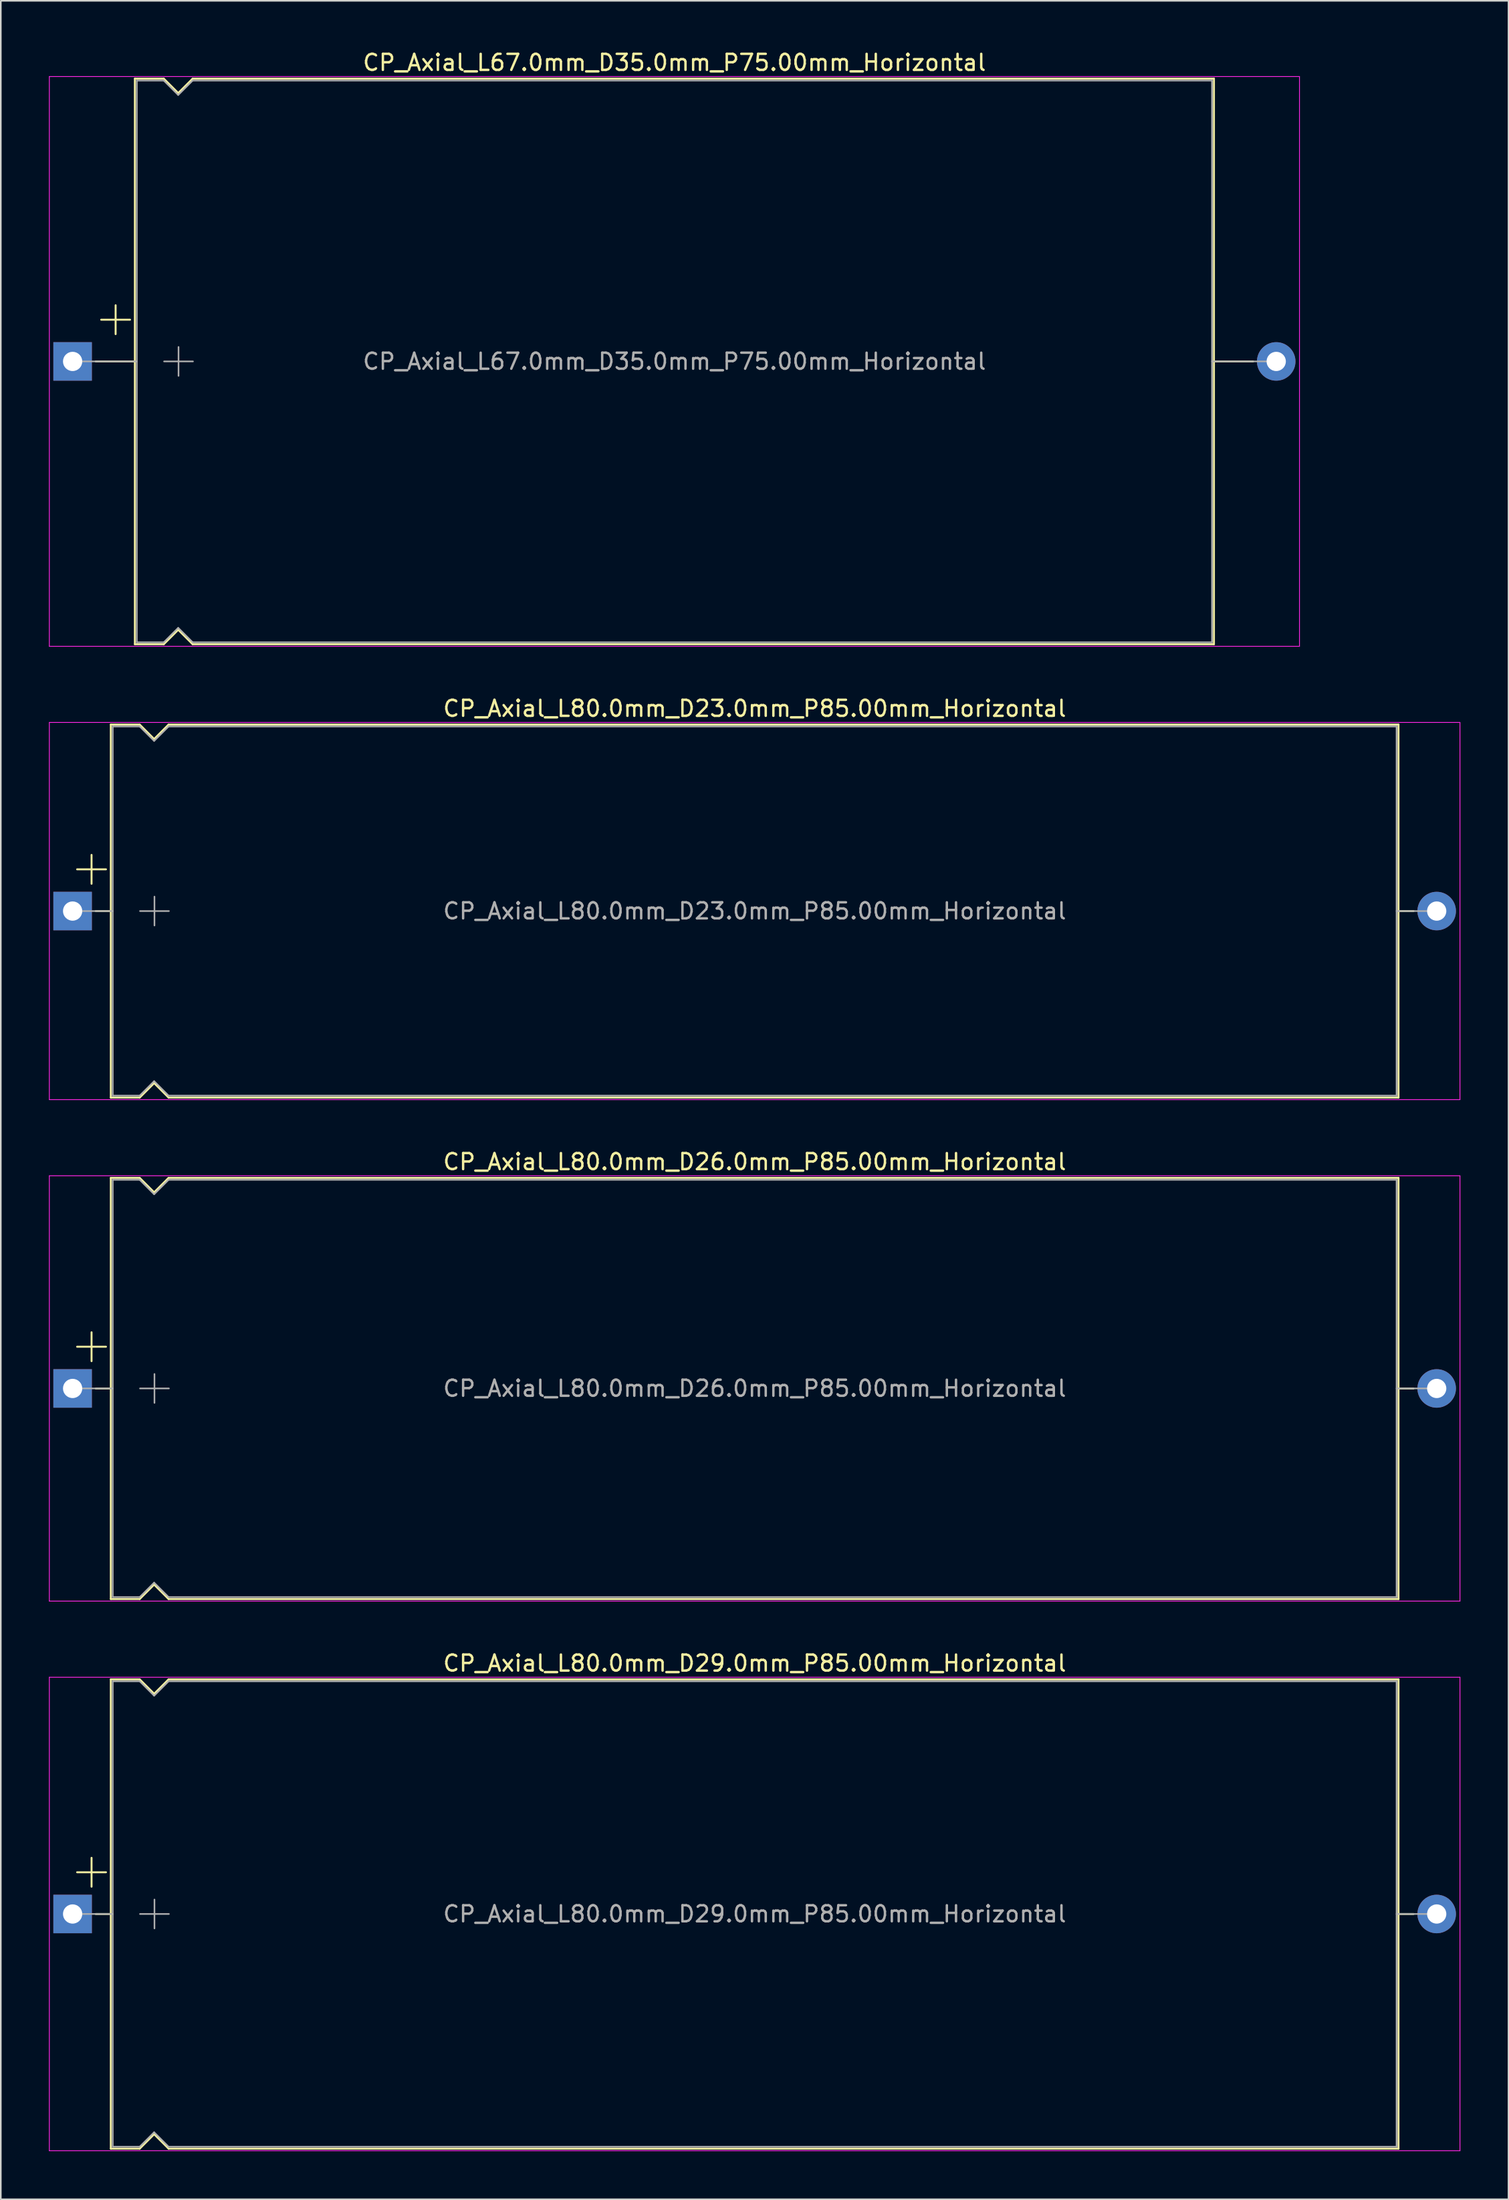
<source format=kicad_pcb>
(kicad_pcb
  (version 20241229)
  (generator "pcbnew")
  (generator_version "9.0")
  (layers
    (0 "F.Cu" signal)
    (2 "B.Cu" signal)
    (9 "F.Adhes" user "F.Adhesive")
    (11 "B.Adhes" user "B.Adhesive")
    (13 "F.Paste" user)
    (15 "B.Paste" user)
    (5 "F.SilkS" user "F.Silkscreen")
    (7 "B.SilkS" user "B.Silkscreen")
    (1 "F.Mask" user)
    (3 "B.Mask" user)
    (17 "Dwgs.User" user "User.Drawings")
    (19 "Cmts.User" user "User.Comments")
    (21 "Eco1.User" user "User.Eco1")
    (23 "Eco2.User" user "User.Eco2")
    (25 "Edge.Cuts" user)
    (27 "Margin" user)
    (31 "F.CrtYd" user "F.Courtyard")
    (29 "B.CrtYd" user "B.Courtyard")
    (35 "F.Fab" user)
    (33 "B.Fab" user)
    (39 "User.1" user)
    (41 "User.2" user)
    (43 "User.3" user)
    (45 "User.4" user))
  (footprint "CP_Axial_L80.0mm_D29.0mm_P85.00mm_Horizontal"
    (layer "F.Cu")
    (at 1.475 116.198)
    (property "Reference" "CP_Axial_L80.0mm_D29.0mm_P85.00mm_Horizontal" (at 42.5 -15.62 0) (layer "F.SilkS") (effects (font (size 1 1) (thickness 0.15))))
    (attr through_hole)
    (fp_line (start 0.28 -2.6) (end 2.08 -2.6) (stroke (width 0.12) (type solid)) (layer "F.SilkS"))
    (fp_line (start 1.18 -3.5) (end 1.18 -1.7) (stroke (width 0.12) (type solid)) (layer "F.SilkS"))
    (fp_line (start 1.44 0) (end 2.38 0) (stroke (width 0.12) (type solid)) (layer "F.SilkS"))
    (fp_line (start 2.38 -14.62) (end 2.38 14.62) (stroke (width 0.12) (type solid)) (layer "F.SilkS"))
    (fp_line (start 2.38 -14.62) (end 4.18 -14.62) (stroke (width 0.12) (type solid)) (layer "F.SilkS"))
    (fp_line (start 2.38 14.62) (end 4.18 14.62) (stroke (width 0.12) (type solid)) (layer "F.SilkS"))
    (fp_line (start 4.18 -14.62) (end 5.08 -13.72) (stroke (width 0.12) (type solid)) (layer "F.SilkS"))
    (fp_line (start 4.18 14.62) (end 5.08 13.72) (stroke (width 0.12) (type solid)) (layer "F.SilkS"))
    (fp_line (start 5.08 -13.72) (end 5.98 -14.62) (stroke (width 0.12) (type solid)) (layer "F.SilkS"))
    (fp_line (start 5.08 13.72) (end 5.98 14.62) (stroke (width 0.12) (type solid)) (layer "F.SilkS"))
    (fp_line (start 5.98 -14.62) (end 82.62 -14.62) (stroke (width 0.12) (type solid)) (layer "F.SilkS"))
    (fp_line (start 5.98 14.62) (end 82.62 14.62) (stroke (width 0.12) (type solid)) (layer "F.SilkS"))
    (fp_line (start 82.62 -14.62) (end 82.62 14.62) (stroke (width 0.12) (type solid)) (layer "F.SilkS"))
    (fp_line (start 83.56 0) (end 82.62 0) (stroke (width 0.12) (type solid)) (layer "F.SilkS"))
    (fp_line (start -1.45 -14.75) (end -1.45 14.75) (stroke (width 0.05) (type solid)) (layer "F.CrtYd"))
    (fp_line (start -1.45 14.75) (end 86.45 14.75) (stroke (width 0.05) (type solid)) (layer "F.CrtYd"))
    (fp_line (start 86.45 -14.75) (end -1.45 -14.75) (stroke (width 0.05) (type solid)) (layer "F.CrtYd"))
    (fp_line (start 86.45 14.75) (end 86.45 -14.75) (stroke (width 0.05) (type solid)) (layer "F.CrtYd"))
    (fp_line (start 0 0) (end 2.5 0) (stroke (width 0.1) (type solid)) (layer "F.Fab"))
    (fp_line (start 2.5 -14.5) (end 2.5 14.5) (stroke (width 0.1) (type solid)) (layer "F.Fab"))
    (fp_line (start 2.5 -14.5) (end 4.18 -14.5) (stroke (width 0.1) (type solid)) (layer "F.Fab"))
    (fp_line (start 2.5 14.5) (end 4.18 14.5) (stroke (width 0.1) (type solid)) (layer "F.Fab"))
    (fp_line (start 4.18 -14.5) (end 5.08 -13.6) (stroke (width 0.1) (type solid)) (layer "F.Fab"))
    (fp_line (start 4.18 14.5) (end 5.08 13.6) (stroke (width 0.1) (type solid)) (layer "F.Fab"))
    (fp_line (start 4.2 0) (end 6 0) (stroke (width 0.1) (type solid)) (layer "F.Fab"))
    (fp_line (start 5.08 -13.6) (end 5.98 -14.5) (stroke (width 0.1) (type solid)) (layer "F.Fab"))
    (fp_line (start 5.08 13.6) (end 5.98 14.5) (stroke (width 0.1) (type solid)) (layer "F.Fab"))
    (fp_line (start 5.1 -0.9) (end 5.1 0.9) (stroke (width 0.1) (type solid)) (layer "F.Fab"))
    (fp_line (start 5.98 -14.5) (end 82.5 -14.5) (stroke (width 0.1) (type solid)) (layer "F.Fab"))
    (fp_line (start 5.98 14.5) (end 82.5 14.5) (stroke (width 0.1) (type solid)) (layer "F.Fab"))
    (fp_line (start 82.5 -14.5) (end 82.5 14.5) (stroke (width 0.1) (type solid)) (layer "F.Fab"))
    (fp_line (start 85 0) (end 82.5 0) (stroke (width 0.1) (type solid)) (layer "F.Fab"))
    (fp_text user "${REFERENCE}" (at 42.5 0 0) (layer "F.Fab") (effects (font (size 1 1) (thickness 0.15))))
    (pad "1" thru_hole rect (at 0 0) (size 2.4 2.4) (drill 1.2) (layers "*.Cu" "*.Mask"))
    (pad "2" thru_hole oval (at 85 0) (size 2.4 2.4) (drill 1.2) (layers "*.Cu" "*.Mask")))
  (footprint "CP_Axial_L80.0mm_D26.0mm_P85.00mm_Horizontal"
    (layer "F.Cu")
    (at 1.475 83.455)
    (property "Reference" "CP_Axial_L80.0mm_D26.0mm_P85.00mm_Horizontal" (at 42.5 -14.12 0) (layer "F.SilkS") (effects (font (size 1 1) (thickness 0.15))))
    (attr through_hole)
    (fp_line (start 0.28 -2.6) (end 2.08 -2.6) (stroke (width 0.12) (type solid)) (layer "F.SilkS"))
    (fp_line (start 1.18 -3.5) (end 1.18 -1.7) (stroke (width 0.12) (type solid)) (layer "F.SilkS"))
    (fp_line (start 1.44 0) (end 2.38 0) (stroke (width 0.12) (type solid)) (layer "F.SilkS"))
    (fp_line (start 2.38 -13.12) (end 2.38 13.12) (stroke (width 0.12) (type solid)) (layer "F.SilkS"))
    (fp_line (start 2.38 -13.12) (end 4.18 -13.12) (stroke (width 0.12) (type solid)) (layer "F.SilkS"))
    (fp_line (start 2.38 13.12) (end 4.18 13.12) (stroke (width 0.12) (type solid)) (layer "F.SilkS"))
    (fp_line (start 4.18 -13.12) (end 5.08 -12.22) (stroke (width 0.12) (type solid)) (layer "F.SilkS"))
    (fp_line (start 4.18 13.12) (end 5.08 12.22) (stroke (width 0.12) (type solid)) (layer "F.SilkS"))
    (fp_line (start 5.08 -12.22) (end 5.98 -13.12) (stroke (width 0.12) (type solid)) (layer "F.SilkS"))
    (fp_line (start 5.08 12.22) (end 5.98 13.12) (stroke (width 0.12) (type solid)) (layer "F.SilkS"))
    (fp_line (start 5.98 -13.12) (end 82.62 -13.12) (stroke (width 0.12) (type solid)) (layer "F.SilkS"))
    (fp_line (start 5.98 13.12) (end 82.62 13.12) (stroke (width 0.12) (type solid)) (layer "F.SilkS"))
    (fp_line (start 82.62 -13.12) (end 82.62 13.12) (stroke (width 0.12) (type solid)) (layer "F.SilkS"))
    (fp_line (start 83.56 0) (end 82.62 0) (stroke (width 0.12) (type solid)) (layer "F.SilkS"))
    (fp_line (start -1.45 -13.25) (end -1.45 13.25) (stroke (width 0.05) (type solid)) (layer "F.CrtYd"))
    (fp_line (start -1.45 13.25) (end 86.45 13.25) (stroke (width 0.05) (type solid)) (layer "F.CrtYd"))
    (fp_line (start 86.45 -13.25) (end -1.45 -13.25) (stroke (width 0.05) (type solid)) (layer "F.CrtYd"))
    (fp_line (start 86.45 13.25) (end 86.45 -13.25) (stroke (width 0.05) (type solid)) (layer "F.CrtYd"))
    (fp_line (start 0 0) (end 2.5 0) (stroke (width 0.1) (type solid)) (layer "F.Fab"))
    (fp_line (start 2.5 -13) (end 2.5 13) (stroke (width 0.1) (type solid)) (layer "F.Fab"))
    (fp_line (start 2.5 -13) (end 4.18 -13) (stroke (width 0.1) (type solid)) (layer "F.Fab"))
    (fp_line (start 2.5 13) (end 4.18 13) (stroke (width 0.1) (type solid)) (layer "F.Fab"))
    (fp_line (start 4.18 -13) (end 5.08 -12.1) (stroke (width 0.1) (type solid)) (layer "F.Fab"))
    (fp_line (start 4.18 13) (end 5.08 12.1) (stroke (width 0.1) (type solid)) (layer "F.Fab"))
    (fp_line (start 4.2 0) (end 6 0) (stroke (width 0.1) (type solid)) (layer "F.Fab"))
    (fp_line (start 5.08 -12.1) (end 5.98 -13) (stroke (width 0.1) (type solid)) (layer "F.Fab"))
    (fp_line (start 5.08 12.1) (end 5.98 13) (stroke (width 0.1) (type solid)) (layer "F.Fab"))
    (fp_line (start 5.1 -0.9) (end 5.1 0.9) (stroke (width 0.1) (type solid)) (layer "F.Fab"))
    (fp_line (start 5.98 -13) (end 82.5 -13) (stroke (width 0.1) (type solid)) (layer "F.Fab"))
    (fp_line (start 5.98 13) (end 82.5 13) (stroke (width 0.1) (type solid)) (layer "F.Fab"))
    (fp_line (start 82.5 -13) (end 82.5 13) (stroke (width 0.1) (type solid)) (layer "F.Fab"))
    (fp_line (start 85 0) (end 82.5 0) (stroke (width 0.1) (type solid)) (layer "F.Fab"))
    (fp_text user "${REFERENCE}" (at 42.5 0 0) (layer "F.Fab") (effects (font (size 1 1) (thickness 0.15))))
    (pad "1" thru_hole rect (at 0 0) (size 2.4 2.4) (drill 1.2) (layers "*.Cu" "*.Mask"))
    (pad "2" thru_hole oval (at 85 0) (size 2.4 2.4) (drill 1.2) (layers "*.Cu" "*.Mask")))
  (footprint "CP_Axial_L80.0mm_D23.0mm_P85.00mm_Horizontal"
    (layer "F.Cu")
    (at 1.475 53.712)
    (property "Reference" "CP_Axial_L80.0mm_D23.0mm_P85.00mm_Horizontal" (at 42.5 -12.62 0) (layer "F.SilkS") (effects (font (size 1 1) (thickness 0.15))))
    (attr through_hole)
    (fp_line (start 0.28 -2.6) (end 2.08 -2.6) (stroke (width 0.12) (type solid)) (layer "F.SilkS"))
    (fp_line (start 1.18 -3.5) (end 1.18 -1.7) (stroke (width 0.12) (type solid)) (layer "F.SilkS"))
    (fp_line (start 1.44 0) (end 2.38 0) (stroke (width 0.12) (type solid)) (layer "F.SilkS"))
    (fp_line (start 2.38 -11.62) (end 2.38 11.62) (stroke (width 0.12) (type solid)) (layer "F.SilkS"))
    (fp_line (start 2.38 -11.62) (end 4.18 -11.62) (stroke (width 0.12) (type solid)) (layer "F.SilkS"))
    (fp_line (start 2.38 11.62) (end 4.18 11.62) (stroke (width 0.12) (type solid)) (layer "F.SilkS"))
    (fp_line (start 4.18 -11.62) (end 5.08 -10.72) (stroke (width 0.12) (type solid)) (layer "F.SilkS"))
    (fp_line (start 4.18 11.62) (end 5.08 10.72) (stroke (width 0.12) (type solid)) (layer "F.SilkS"))
    (fp_line (start 5.08 -10.72) (end 5.98 -11.62) (stroke (width 0.12) (type solid)) (layer "F.SilkS"))
    (fp_line (start 5.08 10.72) (end 5.98 11.62) (stroke (width 0.12) (type solid)) (layer "F.SilkS"))
    (fp_line (start 5.98 -11.62) (end 82.62 -11.62) (stroke (width 0.12) (type solid)) (layer "F.SilkS"))
    (fp_line (start 5.98 11.62) (end 82.62 11.62) (stroke (width 0.12) (type solid)) (layer "F.SilkS"))
    (fp_line (start 82.62 -11.62) (end 82.62 11.62) (stroke (width 0.12) (type solid)) (layer "F.SilkS"))
    (fp_line (start 83.56 0) (end 82.62 0) (stroke (width 0.12) (type solid)) (layer "F.SilkS"))
    (fp_line (start -1.45 -11.75) (end -1.45 11.75) (stroke (width 0.05) (type solid)) (layer "F.CrtYd"))
    (fp_line (start -1.45 11.75) (end 86.45 11.75) (stroke (width 0.05) (type solid)) (layer "F.CrtYd"))
    (fp_line (start 86.45 -11.75) (end -1.45 -11.75) (stroke (width 0.05) (type solid)) (layer "F.CrtYd"))
    (fp_line (start 86.45 11.75) (end 86.45 -11.75) (stroke (width 0.05) (type solid)) (layer "F.CrtYd"))
    (fp_line (start 0 0) (end 2.5 0) (stroke (width 0.1) (type solid)) (layer "F.Fab"))
    (fp_line (start 2.5 -11.5) (end 2.5 11.5) (stroke (width 0.1) (type solid)) (layer "F.Fab"))
    (fp_line (start 2.5 -11.5) (end 4.18 -11.5) (stroke (width 0.1) (type solid)) (layer "F.Fab"))
    (fp_line (start 2.5 11.5) (end 4.18 11.5) (stroke (width 0.1) (type solid)) (layer "F.Fab"))
    (fp_line (start 4.18 -11.5) (end 5.08 -10.6) (stroke (width 0.1) (type solid)) (layer "F.Fab"))
    (fp_line (start 4.18 11.5) (end 5.08 10.6) (stroke (width 0.1) (type solid)) (layer "F.Fab"))
    (fp_line (start 4.2 0) (end 6 0) (stroke (width 0.1) (type solid)) (layer "F.Fab"))
    (fp_line (start 5.08 -10.6) (end 5.98 -11.5) (stroke (width 0.1) (type solid)) (layer "F.Fab"))
    (fp_line (start 5.08 10.6) (end 5.98 11.5) (stroke (width 0.1) (type solid)) (layer "F.Fab"))
    (fp_line (start 5.1 -0.9) (end 5.1 0.9) (stroke (width 0.1) (type solid)) (layer "F.Fab"))
    (fp_line (start 5.98 -11.5) (end 82.5 -11.5) (stroke (width 0.1) (type solid)) (layer "F.Fab"))
    (fp_line (start 5.98 11.5) (end 82.5 11.5) (stroke (width 0.1) (type solid)) (layer "F.Fab"))
    (fp_line (start 82.5 -11.5) (end 82.5 11.5) (stroke (width 0.1) (type solid)) (layer "F.Fab"))
    (fp_line (start 85 0) (end 82.5 0) (stroke (width 0.1) (type solid)) (layer "F.Fab"))
    (fp_text user "${REFERENCE}" (at 42.5 0 0) (layer "F.Fab") (effects (font (size 1 1) (thickness 0.15))))
    (pad "1" thru_hole rect (at 0 0) (size 2.4 2.4) (drill 1.2) (layers "*.Cu" "*.Mask"))
    (pad "2" thru_hole oval (at 85 0) (size 2.4 2.4) (drill 1.2) (layers "*.Cu" "*.Mask")))
  (footprint "CP_Axial_L67.0mm_D35.0mm_P75.00mm_Horizontal"
    (layer "F.Cu")
    (at 1.475 19.468)
    (property "Reference" "CP_Axial_L67.0mm_D35.0mm_P75.00mm_Horizontal" (at 37.5 -18.62 0) (layer "F.SilkS") (effects (font (size 1 1) (thickness 0.15))))
    (attr through_hole)
    (fp_line (start 1.44 0) (end 3.88 0) (stroke (width 0.12) (type solid)) (layer "F.SilkS"))
    (fp_line (start 1.78 -2.6) (end 3.58 -2.6) (stroke (width 0.12) (type solid)) (layer "F.SilkS"))
    (fp_line (start 2.68 -3.5) (end 2.68 -1.7) (stroke (width 0.12) (type solid)) (layer "F.SilkS"))
    (fp_line (start 3.88 -17.62) (end 3.88 17.62) (stroke (width 0.12) (type solid)) (layer "F.SilkS"))
    (fp_line (start 3.88 -17.62) (end 5.68 -17.62) (stroke (width 0.12) (type solid)) (layer "F.SilkS"))
    (fp_line (start 3.88 17.62) (end 5.68 17.62) (stroke (width 0.12) (type solid)) (layer "F.SilkS"))
    (fp_line (start 5.68 -17.62) (end 6.58 -16.72) (stroke (width 0.12) (type solid)) (layer "F.SilkS"))
    (fp_line (start 5.68 17.62) (end 6.58 16.72) (stroke (width 0.12) (type solid)) (layer "F.SilkS"))
    (fp_line (start 6.58 -16.72) (end 7.48 -17.62) (stroke (width 0.12) (type solid)) (layer "F.SilkS"))
    (fp_line (start 6.58 16.72) (end 7.48 17.62) (stroke (width 0.12) (type solid)) (layer "F.SilkS"))
    (fp_line (start 7.48 -17.62) (end 71.12 -17.62) (stroke (width 0.12) (type solid)) (layer "F.SilkS"))
    (fp_line (start 7.48 17.62) (end 71.12 17.62) (stroke (width 0.12) (type solid)) (layer "F.SilkS"))
    (fp_line (start 71.12 -17.62) (end 71.12 17.62) (stroke (width 0.12) (type solid)) (layer "F.SilkS"))
    (fp_line (start 73.56 0) (end 71.12 0) (stroke (width 0.12) (type solid)) (layer "F.SilkS"))
    (fp_line (start -1.45 -17.75) (end -1.45 17.75) (stroke (width 0.05) (type solid)) (layer "F.CrtYd"))
    (fp_line (start -1.45 17.75) (end 76.45 17.75) (stroke (width 0.05) (type solid)) (layer "F.CrtYd"))
    (fp_line (start 76.45 -17.75) (end -1.45 -17.75) (stroke (width 0.05) (type solid)) (layer "F.CrtYd"))
    (fp_line (start 76.45 17.75) (end 76.45 -17.75) (stroke (width 0.05) (type solid)) (layer "F.CrtYd"))
    (fp_line (start 0 0) (end 4 0) (stroke (width 0.1) (type solid)) (layer "F.Fab"))
    (fp_line (start 4 -17.5) (end 4 17.5) (stroke (width 0.1) (type solid)) (layer "F.Fab"))
    (fp_line (start 4 -17.5) (end 5.68 -17.5) (stroke (width 0.1) (type solid)) (layer "F.Fab"))
    (fp_line (start 4 17.5) (end 5.68 17.5) (stroke (width 0.1) (type solid)) (layer "F.Fab"))
    (fp_line (start 5.68 -17.5) (end 6.58 -16.6) (stroke (width 0.1) (type solid)) (layer "F.Fab"))
    (fp_line (start 5.68 17.5) (end 6.58 16.6) (stroke (width 0.1) (type solid)) (layer "F.Fab"))
    (fp_line (start 5.7 0) (end 7.5 0) (stroke (width 0.1) (type solid)) (layer "F.Fab"))
    (fp_line (start 6.58 -16.6) (end 7.48 -17.5) (stroke (width 0.1) (type solid)) (layer "F.Fab"))
    (fp_line (start 6.58 16.6) (end 7.48 17.5) (stroke (width 0.1) (type solid)) (layer "F.Fab"))
    (fp_line (start 6.6 -0.9) (end 6.6 0.9) (stroke (width 0.1) (type solid)) (layer "F.Fab"))
    (fp_line (start 7.48 -17.5) (end 71 -17.5) (stroke (width 0.1) (type solid)) (layer "F.Fab"))
    (fp_line (start 7.48 17.5) (end 71 17.5) (stroke (width 0.1) (type solid)) (layer "F.Fab"))
    (fp_line (start 71 -17.5) (end 71 17.5) (stroke (width 0.1) (type solid)) (layer "F.Fab"))
    (fp_line (start 75 0) (end 71 0) (stroke (width 0.1) (type solid)) (layer "F.Fab"))
    (fp_text user "${REFERENCE}" (at 37.5 0 0) (layer "F.Fab") (effects (font (size 1 1) (thickness 0.15))))
    (pad "1" thru_hole rect (at 0 0) (size 2.4 2.4) (drill 1.2) (layers "*.Cu" "*.Mask"))
    (pad "2" thru_hole oval (at 75 0) (size 2.4 2.4) (drill 1.2) (layers "*.Cu" "*.Mask")))
  (gr_rect
    (start -3 -3)
    (end 90.95 133.973)
    (stroke (width 0.1) (type default))
    (fill no)
    (layer "Edge.Cuts")))
</source>
